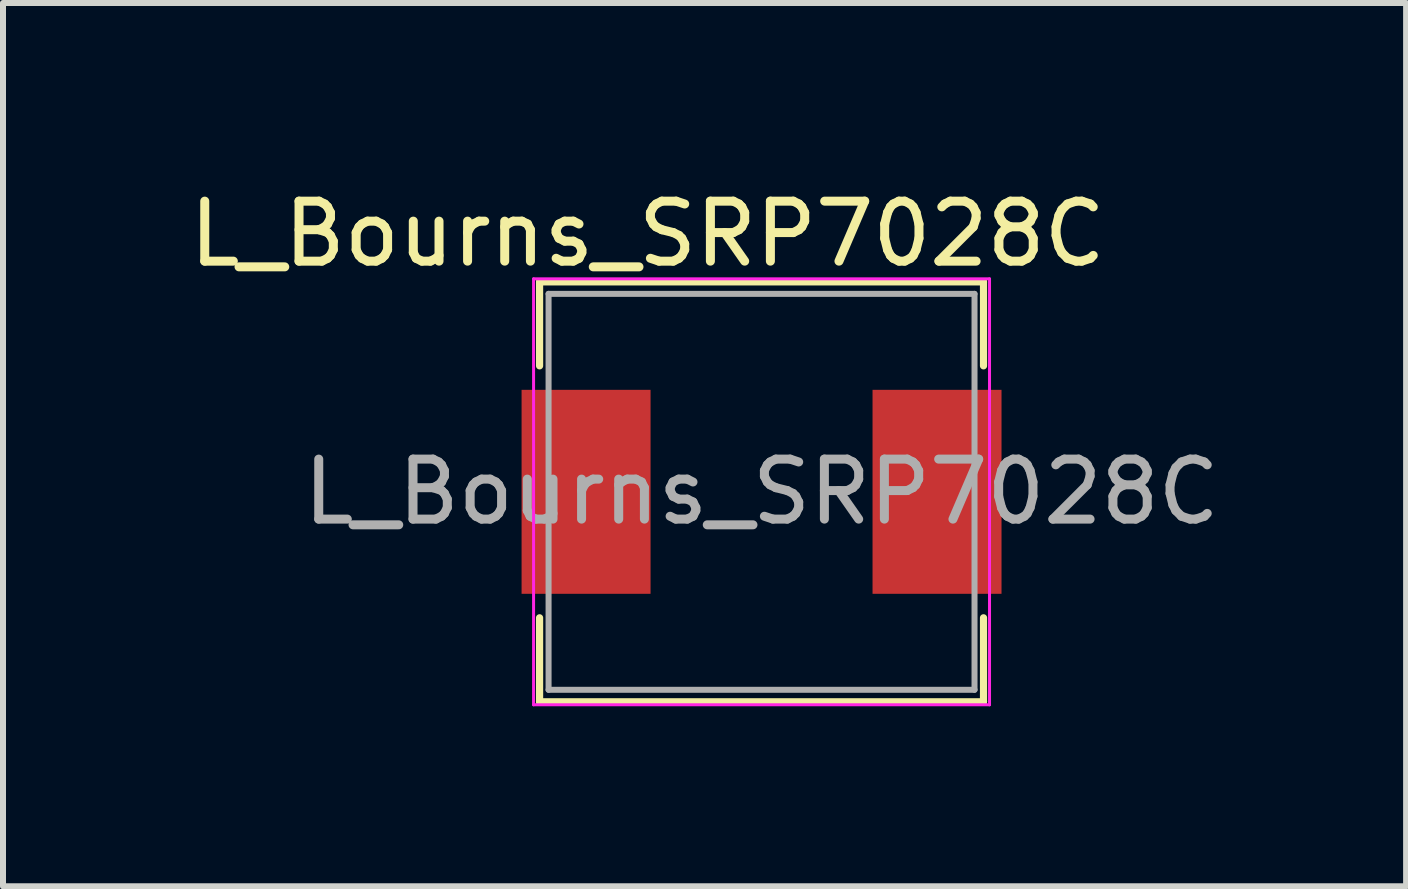
<source format=kicad_pcb>
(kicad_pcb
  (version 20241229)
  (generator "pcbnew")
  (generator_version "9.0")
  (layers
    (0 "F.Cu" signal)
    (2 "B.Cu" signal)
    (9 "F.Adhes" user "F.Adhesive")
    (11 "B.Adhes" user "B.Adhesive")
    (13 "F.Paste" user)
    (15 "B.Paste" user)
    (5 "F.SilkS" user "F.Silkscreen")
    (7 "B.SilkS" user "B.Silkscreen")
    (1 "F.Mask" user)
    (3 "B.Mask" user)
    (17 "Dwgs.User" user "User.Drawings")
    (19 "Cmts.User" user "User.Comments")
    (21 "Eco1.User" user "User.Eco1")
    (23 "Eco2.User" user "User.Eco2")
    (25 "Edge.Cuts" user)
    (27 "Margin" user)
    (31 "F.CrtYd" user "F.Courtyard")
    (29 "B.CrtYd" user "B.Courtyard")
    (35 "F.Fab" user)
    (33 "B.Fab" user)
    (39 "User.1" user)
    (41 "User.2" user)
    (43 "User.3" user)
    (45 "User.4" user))
  (footprint "L_Bourns_SRP7028C"
    (layer "F.Cu")
    (at 9.644 5.148)
    (property "Reference" "L_Bourns_SRP7028C" (at -1.9 -4.3 0) (layer "F.SilkS") (effects (font (size 1 1) (thickness 0.15))))
    (attr smd)
    (fp_line (start -3.7 -3.5) (end -3.7 -2.1) (stroke (width 0.12) (type solid)) (layer "F.SilkS"))
    (fp_line (start -3.7 -3.5) (end 3.7 -3.5) (stroke (width 0.12) (type solid)) (layer "F.SilkS"))
    (fp_line (start -3.7 3.5) (end -3.7 2.1) (stroke (width 0.12) (type solid)) (layer "F.SilkS"))
    (fp_line (start 3.7 -3.5) (end 3.7 -2.1) (stroke (width 0.12) (type solid)) (layer "F.SilkS"))
    (fp_line (start 3.7 3.5) (end -3.7 3.5) (stroke (width 0.12) (type solid)) (layer "F.SilkS"))
    (fp_line (start 3.7 3.5) (end 3.7 2.1) (stroke (width 0.12) (type solid)) (layer "F.SilkS"))
    (fp_line (start -3.8 -3.55) (end -3.8 3.55) (stroke (width 0.05) (type solid)) (layer "F.CrtYd"))
    (fp_line (start -3.8 -3.55) (end 3.8 -3.55) (stroke (width 0.05) (type solid)) (layer "F.CrtYd"))
    (fp_line (start -3.8 3.55) (end 3.8 3.55) (stroke (width 0.05) (type solid)) (layer "F.CrtYd"))
    (fp_line (start 3.8 -3.55) (end 3.8 3.55) (stroke (width 0.05) (type solid)) (layer "F.CrtYd"))
    (fp_line (start -3.55 -3.3) (end 3.55 -3.3) (stroke (width 0.1) (type solid)) (layer "F.Fab"))
    (fp_line (start -3.55 3.3) (end -3.55 -3.3) (stroke (width 0.1) (type solid)) (layer "F.Fab"))
    (fp_line (start 3.55 -3.3) (end 3.55 3.3) (stroke (width 0.1) (type solid)) (layer "F.Fab"))
    (fp_line (start 3.55 3.3) (end -3.55 3.3) (stroke (width 0.1) (type solid)) (layer "F.Fab"))
    (fp_text user "${REFERENCE}" (at 0 0 0) (layer "F.Fab") (effects (font (size 1 1) (thickness 0.15))))
    (pad "1" smd rect (at -2.925 0) (size 2.15 3.4) (layers "F.Cu" "F.Mask" "F.Paste"))
    (pad "2" smd rect (at 2.925 0) (size 2.15 3.4) (layers "F.Cu" "F.Mask" "F.Paste")))
  (gr_rect
    (start -3 -3)
    (end 20.388 11.723)
    (stroke (width 0.1) (type default))
    (fill no)
    (layer "Edge.Cuts")))
</source>
